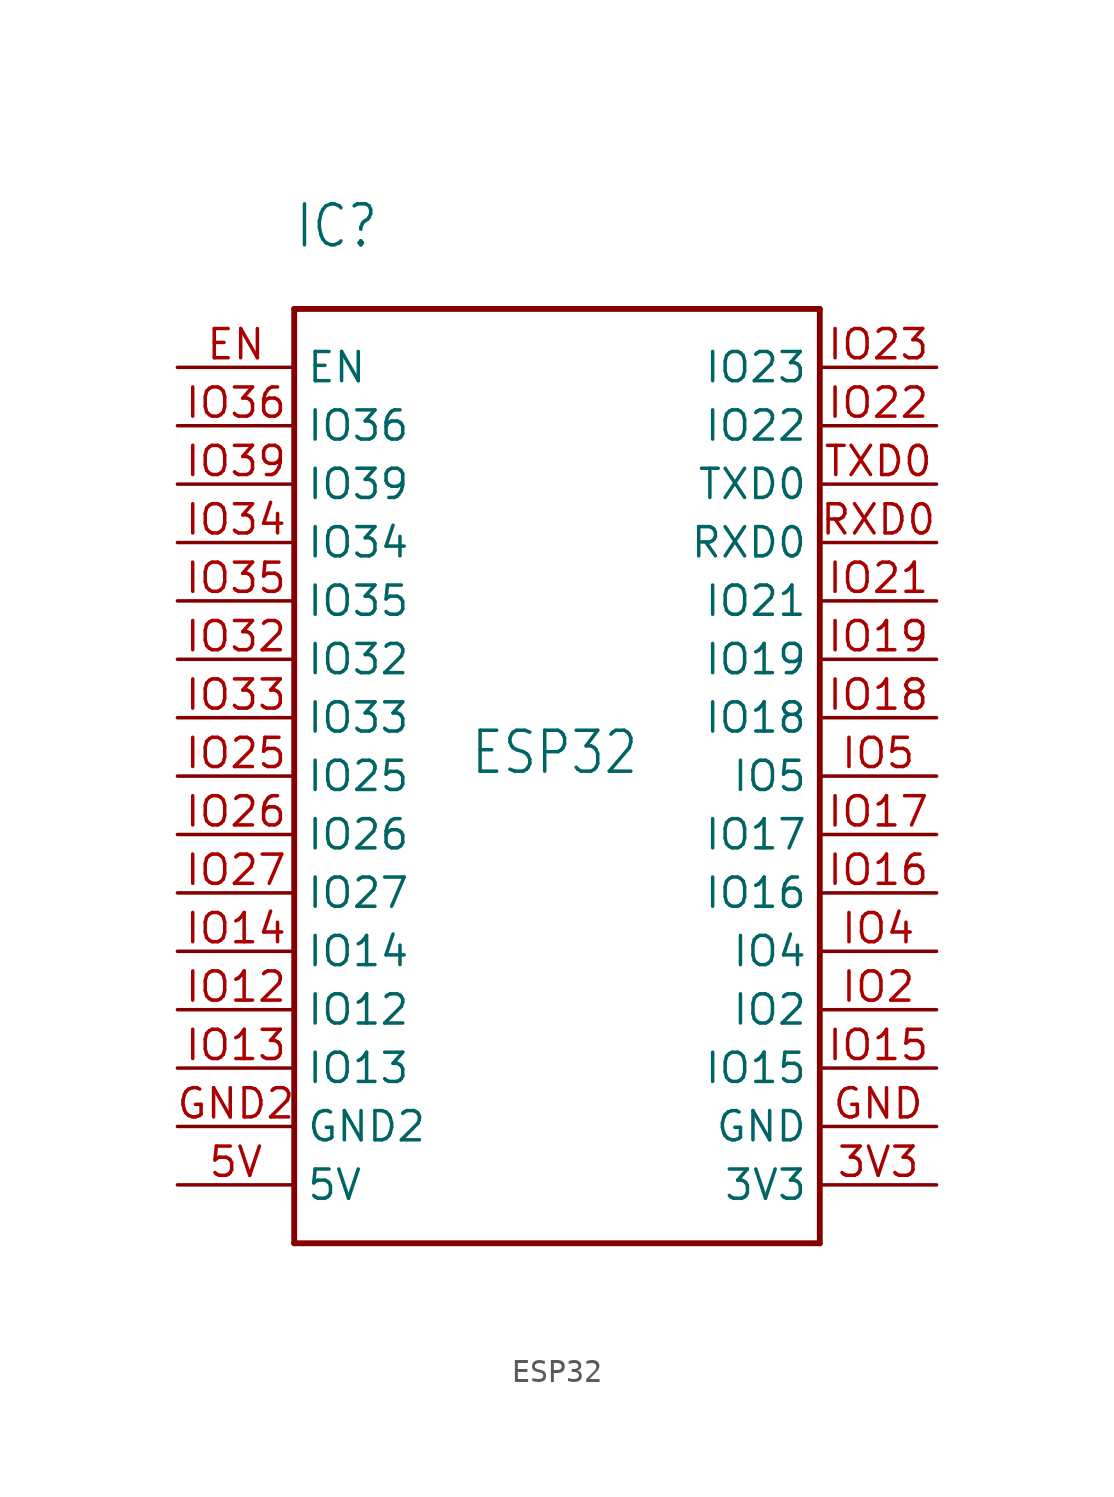
<source format=kicad_sym>
(kicad_symbol_lib
  (version 20211014)
  (generator kicad_symbol_editor)
  (symbol "ESP32"
    (property "Reference" "IC"
      (at -10.175 15.265 0)
      (effects (font (size 1.78 1.513)) (justify left bottom)))
    (property "Value" "ESP32"
      (at -2.535 -7.631 0)
      (effects (font (size 1.78 1.513)) (justify left bottom)))
    (property "ki_locked" ""
      (at 0 0 0)
      (effects (font (size 1.27 1.27))))
    (symbol "ESP32_1_0"
      (polyline (pts (xy -10.16 -27.94) (xy 12.7 -27.94)) (stroke (width 0.254) (type default) (color 0 0 0 0)) (fill (type none)))
      (polyline (pts (xy -10.16 12.7) (xy -10.16 -27.94)) (stroke (width 0.254) (type default) (color 0 0 0 0)) (fill (type none)))
      (polyline (pts (xy 12.7 -27.94) (xy 12.7 12.7)) (stroke (width 0.254) (type default) (color 0 0 0 0)) (fill (type none)))
      (polyline (pts (xy 12.7 12.7) (xy -10.16 12.7)) (stroke (width 0.254) (type default) (color 0 0 0 0)) (fill (type none)))
      (pin power_in line (at 17.78 -25.4 180) (length 5.08) (name "3V3" (effects (font (size 1.27 1.27)))) (number "3V3" (effects (font (size 1.27 1.27)))))
      (pin power_in line (at -15.24 -25.4 0) (length 5.08) (name "5V" (effects (font (size 1.27 1.27)))) (number "5V" (effects (font (size 1.27 1.27)))))
      (pin bidirectional line (at -15.24 10.16 0) (length 5.08) (name "EN" (effects (font (size 1.27 1.27)))) (number "EN" (effects (font (size 1.27 1.27)))))
      (pin power_in line (at 17.78 -22.86 180) (length 5.08) (name "GND" (effects (font (size 1.27 1.27)))) (number "GND" (effects (font (size 1.27 1.27)))))
      (pin power_in line (at -15.24 -22.86 0) (length 5.08) (name "GND2" (effects (font (size 1.27 1.27)))) (number "GND2" (effects (font (size 1.27 1.27)))))
      (pin bidirectional line (at -15.24 -17.78 0) (length 5.08) (name "IO12" (effects (font (size 1.27 1.27)))) (number "IO12" (effects (font (size 1.27 1.27)))))
      (pin bidirectional line (at -15.24 -20.32 0) (length 5.08) (name "IO13" (effects (font (size 1.27 1.27)))) (number "IO13" (effects (font (size 1.27 1.27)))))
      (pin bidirectional line (at -15.24 -15.24 0) (length 5.08) (name "IO14" (effects (font (size 1.27 1.27)))) (number "IO14" (effects (font (size 1.27 1.27)))))
      (pin bidirectional line (at 17.78 -20.32 180) (length 5.08) (name "IO15" (effects (font (size 1.27 1.27)))) (number "IO15" (effects (font (size 1.27 1.27)))))
      (pin bidirectional line (at 17.78 -12.7 180) (length 5.08) (name "IO16" (effects (font (size 1.27 1.27)))) (number "IO16" (effects (font (size 1.27 1.27)))))
      (pin bidirectional line (at 17.78 -10.16 180) (length 5.08) (name "IO17" (effects (font (size 1.27 1.27)))) (number "IO17" (effects (font (size 1.27 1.27)))))
      (pin bidirectional line (at 17.78 -5.08 180) (length 5.08) (name "IO18" (effects (font (size 1.27 1.27)))) (number "IO18" (effects (font (size 1.27 1.27)))))
      (pin bidirectional line (at 17.78 -2.54 180) (length 5.08) (name "IO19" (effects (font (size 1.27 1.27)))) (number "IO19" (effects (font (size 1.27 1.27)))))
      (pin bidirectional line (at 17.78 -17.78 180) (length 5.08) (name "IO2" (effects (font (size 1.27 1.27)))) (number "IO2" (effects (font (size 1.27 1.27)))))
      (pin bidirectional line (at 17.78 0 180) (length 5.08) (name "IO21" (effects (font (size 1.27 1.27)))) (number "IO21" (effects (font (size 1.27 1.27)))))
      (pin bidirectional line (at 17.78 7.62 180) (length 5.08) (name "IO22" (effects (font (size 1.27 1.27)))) (number "IO22" (effects (font (size 1.27 1.27)))))
      (pin bidirectional line (at 17.78 10.16 180) (length 5.08) (name "IO23" (effects (font (size 1.27 1.27)))) (number "IO23" (effects (font (size 1.27 1.27)))))
      (pin bidirectional line (at -15.24 -7.62 0) (length 5.08) (name "IO25" (effects (font (size 1.27 1.27)))) (number "IO25" (effects (font (size 1.27 1.27)))))
      (pin bidirectional line (at -15.24 -10.16 0) (length 5.08) (name "IO26" (effects (font (size 1.27 1.27)))) (number "IO26" (effects (font (size 1.27 1.27)))))
      (pin bidirectional line (at -15.24 -12.7 0) (length 5.08) (name "IO27" (effects (font (size 1.27 1.27)))) (number "IO27" (effects (font (size 1.27 1.27)))))
      (pin bidirectional line (at -15.24 -2.54 0) (length 5.08) (name "IO32" (effects (font (size 1.27 1.27)))) (number "IO32" (effects (font (size 1.27 1.27)))))
      (pin bidirectional line (at -15.24 -5.08 0) (length 5.08) (name "IO33" (effects (font (size 1.27 1.27)))) (number "IO33" (effects (font (size 1.27 1.27)))))
      (pin bidirectional line (at -15.24 2.54 0) (length 5.08) (name "IO34" (effects (font (size 1.27 1.27)))) (number "IO34" (effects (font (size 1.27 1.27)))))
      (pin bidirectional line (at -15.24 0 0) (length 5.08) (name "IO35" (effects (font (size 1.27 1.27)))) (number "IO35" (effects (font (size 1.27 1.27)))))
      (pin bidirectional line (at -15.24 7.62 0) (length 5.08) (name "IO36" (effects (font (size 1.27 1.27)))) (number "IO36" (effects (font (size 1.27 1.27)))))
      (pin bidirectional line (at -15.24 5.08 0) (length 5.08) (name "IO39" (effects (font (size 1.27 1.27)))) (number "IO39" (effects (font (size 1.27 1.27)))))
      (pin bidirectional line (at 17.78 -15.24 180) (length 5.08) (name "IO4" (effects (font (size 1.27 1.27)))) (number "IO4" (effects (font (size 1.27 1.27)))))
      (pin bidirectional line (at 17.78 -7.62 180) (length 5.08) (name "IO5" (effects (font (size 1.27 1.27)))) (number "IO5" (effects (font (size 1.27 1.27)))))
      (pin bidirectional line (at 17.78 2.54 180) (length 5.08) (name "RXD0" (effects (font (size 1.27 1.27)))) (number "RXD0" (effects (font (size 1.27 1.27)))))
      (pin bidirectional line (at 17.78 5.08 180) (length 5.08) (name "TXD0" (effects (font (size 1.27 1.27)))) (number "TXD0" (effects (font (size 1.27 1.27))))))))
</source>
